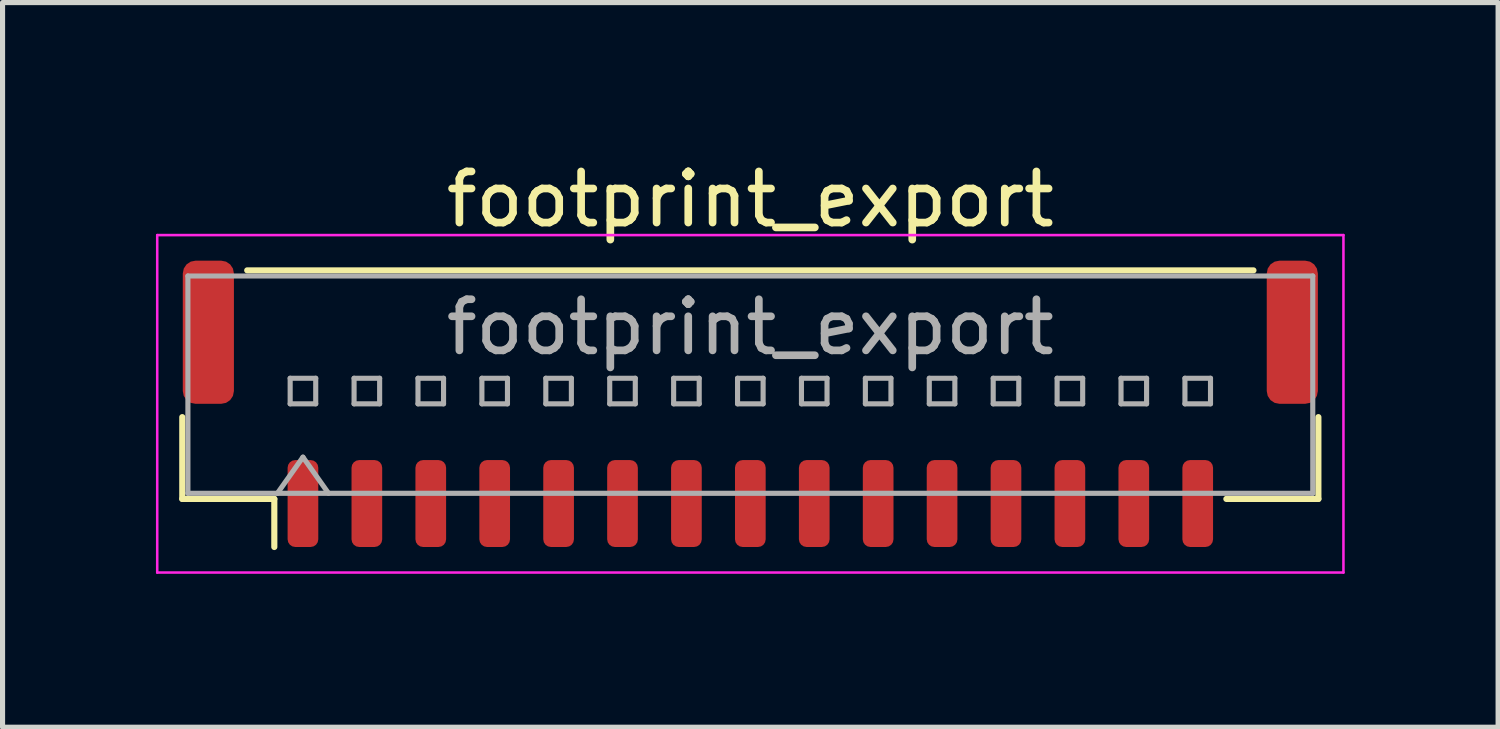
<source format=kicad_pcb>
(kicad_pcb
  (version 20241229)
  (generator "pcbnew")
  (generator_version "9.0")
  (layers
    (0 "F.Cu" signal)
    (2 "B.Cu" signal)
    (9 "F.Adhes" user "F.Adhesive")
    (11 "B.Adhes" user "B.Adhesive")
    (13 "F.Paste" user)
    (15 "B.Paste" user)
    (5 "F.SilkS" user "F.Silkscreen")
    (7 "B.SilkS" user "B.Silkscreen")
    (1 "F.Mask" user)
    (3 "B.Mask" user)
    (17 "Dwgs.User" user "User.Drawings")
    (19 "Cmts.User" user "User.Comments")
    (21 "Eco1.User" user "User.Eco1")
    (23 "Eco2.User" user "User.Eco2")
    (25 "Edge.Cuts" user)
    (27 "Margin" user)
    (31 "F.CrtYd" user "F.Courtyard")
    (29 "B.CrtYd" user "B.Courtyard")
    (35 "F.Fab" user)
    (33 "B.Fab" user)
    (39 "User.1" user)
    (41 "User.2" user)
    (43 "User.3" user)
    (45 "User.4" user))
  (footprint "footprint_export"
    (layer "F.Cu")
    (at 11.625 4.848)
    (property "Reference" "footprint_export" (at 0 -4 0) (layer "F.SilkS") (effects (font (size 1 1) (thickness 0.15))))
    (attr smd)
    (fp_line (start -11.11 0.26) (end -11.11 1.86) (stroke (width 0.12) (type solid)) (layer "F.SilkS"))
    (fp_line (start -11.11 1.86) (end -9.31 1.86) (stroke (width 0.12) (type solid)) (layer "F.SilkS"))
    (fp_line (start -9.84 -2.61) (end 9.84 -2.61) (stroke (width 0.12) (type solid)) (layer "F.SilkS"))
    (fp_line (start -9.31 1.86) (end -9.31 2.8) (stroke (width 0.12) (type solid)) (layer "F.SilkS"))
    (fp_line (start 11.11 0.26) (end 11.11 1.86) (stroke (width 0.12) (type solid)) (layer "F.SilkS"))
    (fp_line (start 11.11 1.86) (end 9.31 1.86) (stroke (width 0.12) (type solid)) (layer "F.SilkS"))
    (fp_line (start -11.6 -3.3) (end -11.6 3.3) (stroke (width 0.05) (type solid)) (layer "F.CrtYd"))
    (fp_line (start -11.6 3.3) (end 11.6 3.3) (stroke (width 0.05) (type solid)) (layer "F.CrtYd"))
    (fp_line (start 11.6 -3.3) (end -11.6 -3.3) (stroke (width 0.05) (type solid)) (layer "F.CrtYd"))
    (fp_line (start 11.6 3.3) (end 11.6 -3.3) (stroke (width 0.05) (type solid)) (layer "F.CrtYd"))
    (fp_line (start -11 -2.5) (end 11 -2.5) (stroke (width 0.1) (type solid)) (layer "F.Fab"))
    (fp_line (start -11 1.75) (end -11 -2.5) (stroke (width 0.1) (type solid)) (layer "F.Fab"))
    (fp_line (start -11 1.75) (end 11 1.75) (stroke (width 0.1) (type solid)) (layer "F.Fab"))
    (fp_line (start -9.25 1.75) (end -8.75 1.043) (stroke (width 0.1) (type solid)) (layer "F.Fab"))
    (fp_line (start -9 -0.5) (end -9 0) (stroke (width 0.1) (type solid)) (layer "F.Fab"))
    (fp_line (start -9 0) (end -8.5 0) (stroke (width 0.1) (type solid)) (layer "F.Fab"))
    (fp_line (start -8.75 1.043) (end -8.25 1.75) (stroke (width 0.1) (type solid)) (layer "F.Fab"))
    (fp_line (start -8.5 -0.5) (end -9 -0.5) (stroke (width 0.1) (type solid)) (layer "F.Fab"))
    (fp_line (start -8.5 0) (end -8.5 -0.5) (stroke (width 0.1) (type solid)) (layer "F.Fab"))
    (fp_line (start -7.75 -0.5) (end -7.75 0) (stroke (width 0.1) (type solid)) (layer "F.Fab"))
    (fp_line (start -7.75 0) (end -7.25 0) (stroke (width 0.1) (type solid)) (layer "F.Fab"))
    (fp_line (start -7.25 -0.5) (end -7.75 -0.5) (stroke (width 0.1) (type solid)) (layer "F.Fab"))
    (fp_line (start -7.25 0) (end -7.25 -0.5) (stroke (width 0.1) (type solid)) (layer "F.Fab"))
    (fp_line (start -6.5 -0.5) (end -6.5 0) (stroke (width 0.1) (type solid)) (layer "F.Fab"))
    (fp_line (start -6.5 0) (end -6 0) (stroke (width 0.1) (type solid)) (layer "F.Fab"))
    (fp_line (start -6 -0.5) (end -6.5 -0.5) (stroke (width 0.1) (type solid)) (layer "F.Fab"))
    (fp_line (start -6 0) (end -6 -0.5) (stroke (width 0.1) (type solid)) (layer "F.Fab"))
    (fp_line (start -5.25 -0.5) (end -5.25 0) (stroke (width 0.1) (type solid)) (layer "F.Fab"))
    (fp_line (start -5.25 0) (end -4.75 0) (stroke (width 0.1) (type solid)) (layer "F.Fab"))
    (fp_line (start -4.75 -0.5) (end -5.25 -0.5) (stroke (width 0.1) (type solid)) (layer "F.Fab"))
    (fp_line (start -4.75 0) (end -4.75 -0.5) (stroke (width 0.1) (type solid)) (layer "F.Fab"))
    (fp_line (start -4 -0.5) (end -4 0) (stroke (width 0.1) (type solid)) (layer "F.Fab"))
    (fp_line (start -4 0) (end -3.5 0) (stroke (width 0.1) (type solid)) (layer "F.Fab"))
    (fp_line (start -3.5 -0.5) (end -4 -0.5) (stroke (width 0.1) (type solid)) (layer "F.Fab"))
    (fp_line (start -3.5 0) (end -3.5 -0.5) (stroke (width 0.1) (type solid)) (layer "F.Fab"))
    (fp_line (start -2.75 -0.5) (end -2.75 0) (stroke (width 0.1) (type solid)) (layer "F.Fab"))
    (fp_line (start -2.75 0) (end -2.25 0) (stroke (width 0.1) (type solid)) (layer "F.Fab"))
    (fp_line (start -2.25 -0.5) (end -2.75 -0.5) (stroke (width 0.1) (type solid)) (layer "F.Fab"))
    (fp_line (start -2.25 0) (end -2.25 -0.5) (stroke (width 0.1) (type solid)) (layer "F.Fab"))
    (fp_line (start -1.5 -0.5) (end -1.5 0) (stroke (width 0.1) (type solid)) (layer "F.Fab"))
    (fp_line (start -1.5 0) (end -1 0) (stroke (width 0.1) (type solid)) (layer "F.Fab"))
    (fp_line (start -1 -0.5) (end -1.5 -0.5) (stroke (width 0.1) (type solid)) (layer "F.Fab"))
    (fp_line (start -1 0) (end -1 -0.5) (stroke (width 0.1) (type solid)) (layer "F.Fab"))
    (fp_line (start -0.25 -0.5) (end -0.25 0) (stroke (width 0.1) (type solid)) (layer "F.Fab"))
    (fp_line (start -0.25 0) (end 0.25 0) (stroke (width 0.1) (type solid)) (layer "F.Fab"))
    (fp_line (start 0.25 -0.5) (end -0.25 -0.5) (stroke (width 0.1) (type solid)) (layer "F.Fab"))
    (fp_line (start 0.25 0) (end 0.25 -0.5) (stroke (width 0.1) (type solid)) (layer "F.Fab"))
    (fp_line (start 1 -0.5) (end 1 0) (stroke (width 0.1) (type solid)) (layer "F.Fab"))
    (fp_line (start 1 0) (end 1.5 0) (stroke (width 0.1) (type solid)) (layer "F.Fab"))
    (fp_line (start 1.5 -0.5) (end 1 -0.5) (stroke (width 0.1) (type solid)) (layer "F.Fab"))
    (fp_line (start 1.5 0) (end 1.5 -0.5) (stroke (width 0.1) (type solid)) (layer "F.Fab"))
    (fp_line (start 2.25 -0.5) (end 2.25 0) (stroke (width 0.1) (type solid)) (layer "F.Fab"))
    (fp_line (start 2.25 0) (end 2.75 0) (stroke (width 0.1) (type solid)) (layer "F.Fab"))
    (fp_line (start 2.75 -0.5) (end 2.25 -0.5) (stroke (width 0.1) (type solid)) (layer "F.Fab"))
    (fp_line (start 2.75 0) (end 2.75 -0.5) (stroke (width 0.1) (type solid)) (layer "F.Fab"))
    (fp_line (start 3.5 -0.5) (end 3.5 0) (stroke (width 0.1) (type solid)) (layer "F.Fab"))
    (fp_line (start 3.5 0) (end 4 0) (stroke (width 0.1) (type solid)) (layer "F.Fab"))
    (fp_line (start 4 -0.5) (end 3.5 -0.5) (stroke (width 0.1) (type solid)) (layer "F.Fab"))
    (fp_line (start 4 0) (end 4 -0.5) (stroke (width 0.1) (type solid)) (layer "F.Fab"))
    (fp_line (start 4.75 -0.5) (end 4.75 0) (stroke (width 0.1) (type solid)) (layer "F.Fab"))
    (fp_line (start 4.75 0) (end 5.25 0) (stroke (width 0.1) (type solid)) (layer "F.Fab"))
    (fp_line (start 5.25 -0.5) (end 4.75 -0.5) (stroke (width 0.1) (type solid)) (layer "F.Fab"))
    (fp_line (start 5.25 0) (end 5.25 -0.5) (stroke (width 0.1) (type solid)) (layer "F.Fab"))
    (fp_line (start 6 -0.5) (end 6 0) (stroke (width 0.1) (type solid)) (layer "F.Fab"))
    (fp_line (start 6 0) (end 6.5 0) (stroke (width 0.1) (type solid)) (layer "F.Fab"))
    (fp_line (start 6.5 -0.5) (end 6 -0.5) (stroke (width 0.1) (type solid)) (layer "F.Fab"))
    (fp_line (start 6.5 0) (end 6.5 -0.5) (stroke (width 0.1) (type solid)) (layer "F.Fab"))
    (fp_line (start 7.25 -0.5) (end 7.25 0) (stroke (width 0.1) (type solid)) (layer "F.Fab"))
    (fp_line (start 7.25 0) (end 7.75 0) (stroke (width 0.1) (type solid)) (layer "F.Fab"))
    (fp_line (start 7.75 -0.5) (end 7.25 -0.5) (stroke (width 0.1) (type solid)) (layer "F.Fab"))
    (fp_line (start 7.75 0) (end 7.75 -0.5) (stroke (width 0.1) (type solid)) (layer "F.Fab"))
    (fp_line (start 8.5 -0.5) (end 8.5 0) (stroke (width 0.1) (type solid)) (layer "F.Fab"))
    (fp_line (start 8.5 0) (end 9 0) (stroke (width 0.1) (type solid)) (layer "F.Fab"))
    (fp_line (start 9 -0.5) (end 8.5 -0.5) (stroke (width 0.1) (type solid)) (layer "F.Fab"))
    (fp_line (start 9 0) (end 9 -0.5) (stroke (width 0.1) (type solid)) (layer "F.Fab"))
    (fp_line (start 11 1.75) (end 11 -2.5) (stroke (width 0.1) (type solid)) (layer "F.Fab"))
    (fp_text user "${REFERENCE}" (at 0 -1.5 0) (layer "F.Fab") (effects (font (size 1 1) (thickness 0.15))))
    (pad "1" smd roundrect (at -8.75 1.95) (size 0.6 1.7) (layers "F.Cu" "F.Mask" "F.Paste") (roundrect_rratio 0.25))
    (pad "2" smd roundrect (at -7.5 1.95) (size 0.6 1.7) (layers "F.Cu" "F.Mask" "F.Paste") (roundrect_rratio 0.25))
    (pad "3" smd roundrect (at -6.25 1.95) (size 0.6 1.7) (layers "F.Cu" "F.Mask" "F.Paste") (roundrect_rratio 0.25))
    (pad "4" smd roundrect (at -5 1.95) (size 0.6 1.7) (layers "F.Cu" "F.Mask" "F.Paste") (roundrect_rratio 0.25))
    (pad "5" smd roundrect (at -3.75 1.95) (size 0.6 1.7) (layers "F.Cu" "F.Mask" "F.Paste") (roundrect_rratio 0.25))
    (pad "6" smd roundrect (at -2.5 1.95) (size 0.6 1.7) (layers "F.Cu" "F.Mask" "F.Paste") (roundrect_rratio 0.25))
    (pad "7" smd roundrect (at -1.25 1.95) (size 0.6 1.7) (layers "F.Cu" "F.Mask" "F.Paste") (roundrect_rratio 0.25))
    (pad "8" smd roundrect (at 0 1.95) (size 0.6 1.7) (layers "F.Cu" "F.Mask" "F.Paste") (roundrect_rratio 0.25))
    (pad "9" smd roundrect (at 1.25 1.95) (size 0.6 1.7) (layers "F.Cu" "F.Mask" "F.Paste") (roundrect_rratio 0.25))
    (pad "10" smd roundrect (at 2.5 1.95) (size 0.6 1.7) (layers "F.Cu" "F.Mask" "F.Paste") (roundrect_rratio 0.25))
    (pad "11" smd roundrect (at 3.75 1.95) (size 0.6 1.7) (layers "F.Cu" "F.Mask" "F.Paste") (roundrect_rratio 0.25))
    (pad "12" smd roundrect (at 5 1.95) (size 0.6 1.7) (layers "F.Cu" "F.Mask" "F.Paste") (roundrect_rratio 0.25))
    (pad "13" smd roundrect (at 6.25 1.95) (size 0.6 1.7) (layers "F.Cu" "F.Mask" "F.Paste") (roundrect_rratio 0.25))
    (pad "14" smd roundrect (at 7.5 1.95) (size 0.6 1.7) (layers "F.Cu" "F.Mask" "F.Paste") (roundrect_rratio 0.25))
    (pad "15" smd roundrect (at 8.75 1.95) (size 0.6 1.7) (layers "F.Cu" "F.Mask" "F.Paste") (roundrect_rratio 0.25))
    (pad "MP" smd roundrect (at -10.6 -1.4) (size 1 2.8) (layers "F.Cu" "F.Mask" "F.Paste") (roundrect_rratio 0.25))
    (pad "MP" smd roundrect (at 10.6 -1.4) (size 1 2.8) (layers "F.Cu" "F.Mask" "F.Paste") (roundrect_rratio 0.25)))
  (gr_rect
    (start -3 -3)
    (end 26.25 11.173)
    (stroke (width 0.1) (type default))
    (fill no)
    (layer "Edge.Cuts")))
</source>
